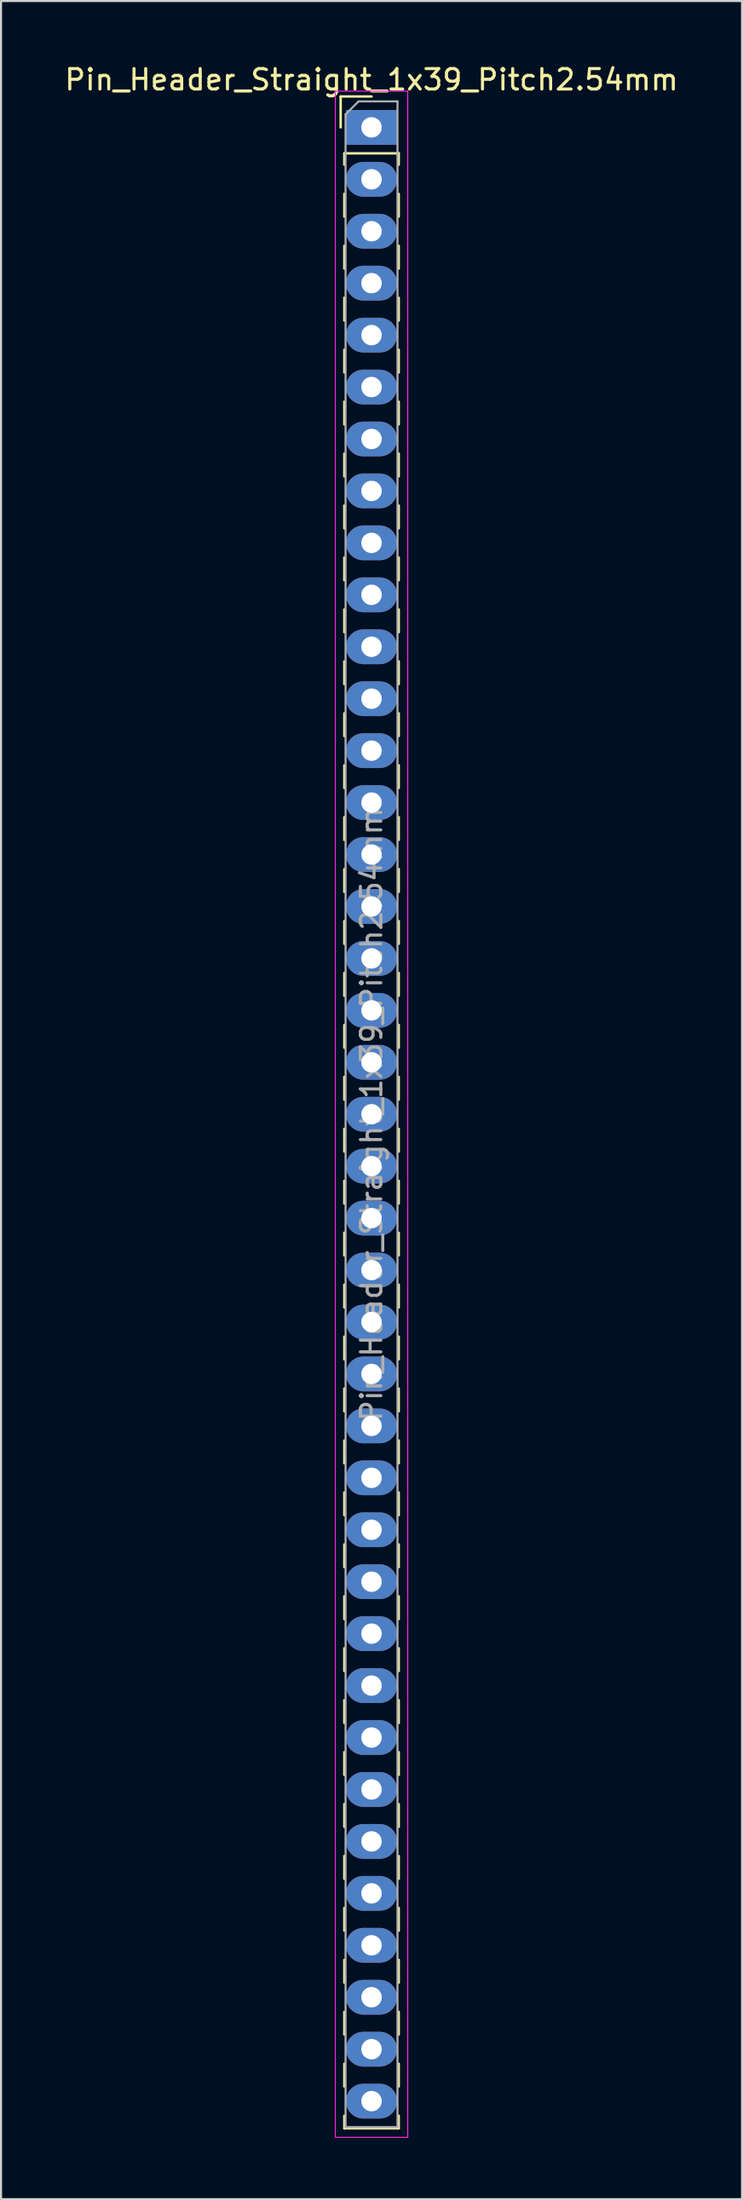
<source format=kicad_pcb>
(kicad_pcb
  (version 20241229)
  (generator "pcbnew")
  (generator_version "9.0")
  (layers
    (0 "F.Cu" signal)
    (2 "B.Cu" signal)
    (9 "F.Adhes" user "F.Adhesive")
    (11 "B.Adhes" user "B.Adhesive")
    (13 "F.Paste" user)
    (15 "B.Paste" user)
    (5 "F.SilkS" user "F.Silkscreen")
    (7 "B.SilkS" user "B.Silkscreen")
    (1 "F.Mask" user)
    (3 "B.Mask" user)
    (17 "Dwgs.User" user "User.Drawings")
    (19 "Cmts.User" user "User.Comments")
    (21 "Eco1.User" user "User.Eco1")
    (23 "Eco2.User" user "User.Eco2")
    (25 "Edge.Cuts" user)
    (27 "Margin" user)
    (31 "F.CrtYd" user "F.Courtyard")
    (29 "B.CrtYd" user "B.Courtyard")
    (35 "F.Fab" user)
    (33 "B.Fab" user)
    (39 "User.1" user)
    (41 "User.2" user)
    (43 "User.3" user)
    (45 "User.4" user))
  (footprint "Pin_Header_Straight_1x39_Pitch2.54mm"
    (layer "F.Cu")
    (at 15.125 3.178)
    (property "Reference" "Pin_Header_Straight_1x39_Pitch2.54mm" (at 0 -2.33 0) (layer "F.SilkS") (effects (font (size 1 1) (thickness 0.15))))
    (attr through_hole)
    (fp_line (start -1.51 -1.51) (end 0 -1.51) (stroke (width 0.12) (type solid)) (layer "F.SilkS"))
    (fp_line (start -1.51 0) (end -1.51 -1.51) (stroke (width 0.12) (type solid)) (layer "F.SilkS"))
    (fp_line (start -1.33 1.27) (end -1.33 1.825) (stroke (width 0.12) (type solid)) (layer "F.SilkS"))
    (fp_line (start -1.33 1.27) (end 1.33 1.27) (stroke (width 0.12) (type solid)) (layer "F.SilkS"))
    (fp_line (start -1.33 3.255) (end -1.33 4.365) (stroke (width 0.12) (type solid)) (layer "F.SilkS"))
    (fp_line (start -1.33 5.795) (end -1.33 6.905) (stroke (width 0.12) (type solid)) (layer "F.SilkS"))
    (fp_line (start -1.33 8.335) (end -1.33 9.445) (stroke (width 0.12) (type solid)) (layer "F.SilkS"))
    (fp_line (start -1.33 10.875) (end -1.33 11.985) (stroke (width 0.12) (type solid)) (layer "F.SilkS"))
    (fp_line (start -1.33 13.415) (end -1.33 14.525) (stroke (width 0.12) (type solid)) (layer "F.SilkS"))
    (fp_line (start -1.33 15.955) (end -1.33 17.065) (stroke (width 0.12) (type solid)) (layer "F.SilkS"))
    (fp_line (start -1.33 18.495) (end -1.33 19.605) (stroke (width 0.12) (type solid)) (layer "F.SilkS"))
    (fp_line (start -1.33 21.035) (end -1.33 22.145) (stroke (width 0.12) (type solid)) (layer "F.SilkS"))
    (fp_line (start -1.33 23.575) (end -1.33 24.685) (stroke (width 0.12) (type solid)) (layer "F.SilkS"))
    (fp_line (start -1.33 26.115) (end -1.33 27.225) (stroke (width 0.12) (type solid)) (layer "F.SilkS"))
    (fp_line (start -1.33 28.655) (end -1.33 29.765) (stroke (width 0.12) (type solid)) (layer "F.SilkS"))
    (fp_line (start -1.33 31.195) (end -1.33 32.305) (stroke (width 0.12) (type solid)) (layer "F.SilkS"))
    (fp_line (start -1.33 33.735) (end -1.33 34.845) (stroke (width 0.12) (type solid)) (layer "F.SilkS"))
    (fp_line (start -1.33 36.275) (end -1.33 37.385) (stroke (width 0.12) (type solid)) (layer "F.SilkS"))
    (fp_line (start -1.33 38.815) (end -1.33 39.925) (stroke (width 0.12) (type solid)) (layer "F.SilkS"))
    (fp_line (start -1.33 41.355) (end -1.33 42.465) (stroke (width 0.12) (type solid)) (layer "F.SilkS"))
    (fp_line (start -1.33 43.895) (end -1.33 45.005) (stroke (width 0.12) (type solid)) (layer "F.SilkS"))
    (fp_line (start -1.33 46.435) (end -1.33 47.545) (stroke (width 0.12) (type solid)) (layer "F.SilkS"))
    (fp_line (start -1.33 48.975) (end -1.33 50.085) (stroke (width 0.12) (type solid)) (layer "F.SilkS"))
    (fp_line (start -1.33 51.515) (end -1.33 52.625) (stroke (width 0.12) (type solid)) (layer "F.SilkS"))
    (fp_line (start -1.33 54.055) (end -1.33 55.165) (stroke (width 0.12) (type solid)) (layer "F.SilkS"))
    (fp_line (start -1.33 56.595) (end -1.33 57.705) (stroke (width 0.12) (type solid)) (layer "F.SilkS"))
    (fp_line (start -1.33 59.135) (end -1.33 60.245) (stroke (width 0.12) (type solid)) (layer "F.SilkS"))
    (fp_line (start -1.33 61.675) (end -1.33 62.785) (stroke (width 0.12) (type solid)) (layer "F.SilkS"))
    (fp_line (start -1.33 64.215) (end -1.33 65.325) (stroke (width 0.12) (type solid)) (layer "F.SilkS"))
    (fp_line (start -1.33 66.755) (end -1.33 67.865) (stroke (width 0.12) (type solid)) (layer "F.SilkS"))
    (fp_line (start -1.33 69.295) (end -1.33 70.405) (stroke (width 0.12) (type solid)) (layer "F.SilkS"))
    (fp_line (start -1.33 71.835) (end -1.33 72.945) (stroke (width 0.12) (type solid)) (layer "F.SilkS"))
    (fp_line (start -1.33 74.375) (end -1.33 75.485) (stroke (width 0.12) (type solid)) (layer "F.SilkS"))
    (fp_line (start -1.33 76.915) (end -1.33 78.025) (stroke (width 0.12) (type solid)) (layer "F.SilkS"))
    (fp_line (start -1.33 79.455) (end -1.33 80.565) (stroke (width 0.12) (type solid)) (layer "F.SilkS"))
    (fp_line (start -1.33 81.995) (end -1.33 83.105) (stroke (width 0.12) (type solid)) (layer "F.SilkS"))
    (fp_line (start -1.33 84.535) (end -1.33 85.645) (stroke (width 0.12) (type solid)) (layer "F.SilkS"))
    (fp_line (start -1.33 87.075) (end -1.33 88.185) (stroke (width 0.12) (type solid)) (layer "F.SilkS"))
    (fp_line (start -1.33 89.615) (end -1.33 90.725) (stroke (width 0.12) (type solid)) (layer "F.SilkS"))
    (fp_line (start -1.33 92.155) (end -1.33 93.265) (stroke (width 0.12) (type solid)) (layer "F.SilkS"))
    (fp_line (start -1.33 94.695) (end -1.33 95.805) (stroke (width 0.12) (type solid)) (layer "F.SilkS"))
    (fp_line (start -1.33 97.235) (end -1.33 97.85) (stroke (width 0.12) (type solid)) (layer "F.SilkS"))
    (fp_line (start -1.33 97.85) (end 1.33 97.85) (stroke (width 0.12) (type solid)) (layer "F.SilkS"))
    (fp_line (start 1.33 1.27) (end 1.33 1.825) (stroke (width 0.12) (type solid)) (layer "F.SilkS"))
    (fp_line (start 1.33 3.255) (end 1.33 4.365) (stroke (width 0.12) (type solid)) (layer "F.SilkS"))
    (fp_line (start 1.33 5.795) (end 1.33 6.905) (stroke (width 0.12) (type solid)) (layer "F.SilkS"))
    (fp_line (start 1.33 8.335) (end 1.33 9.445) (stroke (width 0.12) (type solid)) (layer "F.SilkS"))
    (fp_line (start 1.33 10.875) (end 1.33 11.985) (stroke (width 0.12) (type solid)) (layer "F.SilkS"))
    (fp_line (start 1.33 13.415) (end 1.33 14.525) (stroke (width 0.12) (type solid)) (layer "F.SilkS"))
    (fp_line (start 1.33 15.955) (end 1.33 17.065) (stroke (width 0.12) (type solid)) (layer "F.SilkS"))
    (fp_line (start 1.33 18.495) (end 1.33 19.605) (stroke (width 0.12) (type solid)) (layer "F.SilkS"))
    (fp_line (start 1.33 21.035) (end 1.33 22.145) (stroke (width 0.12) (type solid)) (layer "F.SilkS"))
    (fp_line (start 1.33 23.575) (end 1.33 24.685) (stroke (width 0.12) (type solid)) (layer "F.SilkS"))
    (fp_line (start 1.33 26.115) (end 1.33 27.225) (stroke (width 0.12) (type solid)) (layer "F.SilkS"))
    (fp_line (start 1.33 28.655) (end 1.33 29.765) (stroke (width 0.12) (type solid)) (layer "F.SilkS"))
    (fp_line (start 1.33 31.195) (end 1.33 32.305) (stroke (width 0.12) (type solid)) (layer "F.SilkS"))
    (fp_line (start 1.33 33.735) (end 1.33 34.845) (stroke (width 0.12) (type solid)) (layer "F.SilkS"))
    (fp_line (start 1.33 36.275) (end 1.33 37.385) (stroke (width 0.12) (type solid)) (layer "F.SilkS"))
    (fp_line (start 1.33 38.815) (end 1.33 39.925) (stroke (width 0.12) (type solid)) (layer "F.SilkS"))
    (fp_line (start 1.33 41.355) (end 1.33 42.465) (stroke (width 0.12) (type solid)) (layer "F.SilkS"))
    (fp_line (start 1.33 43.895) (end 1.33 45.005) (stroke (width 0.12) (type solid)) (layer "F.SilkS"))
    (fp_line (start 1.33 46.435) (end 1.33 47.545) (stroke (width 0.12) (type solid)) (layer "F.SilkS"))
    (fp_line (start 1.33 48.975) (end 1.33 50.085) (stroke (width 0.12) (type solid)) (layer "F.SilkS"))
    (fp_line (start 1.33 51.515) (end 1.33 52.625) (stroke (width 0.12) (type solid)) (layer "F.SilkS"))
    (fp_line (start 1.33 54.055) (end 1.33 55.165) (stroke (width 0.12) (type solid)) (layer "F.SilkS"))
    (fp_line (start 1.33 56.595) (end 1.33 57.705) (stroke (width 0.12) (type solid)) (layer "F.SilkS"))
    (fp_line (start 1.33 59.135) (end 1.33 60.245) (stroke (width 0.12) (type solid)) (layer "F.SilkS"))
    (fp_line (start 1.33 61.675) (end 1.33 62.785) (stroke (width 0.12) (type solid)) (layer "F.SilkS"))
    (fp_line (start 1.33 64.215) (end 1.33 65.325) (stroke (width 0.12) (type solid)) (layer "F.SilkS"))
    (fp_line (start 1.33 66.755) (end 1.33 67.865) (stroke (width 0.12) (type solid)) (layer "F.SilkS"))
    (fp_line (start 1.33 69.295) (end 1.33 70.405) (stroke (width 0.12) (type solid)) (layer "F.SilkS"))
    (fp_line (start 1.33 71.835) (end 1.33 72.945) (stroke (width 0.12) (type solid)) (layer "F.SilkS"))
    (fp_line (start 1.33 74.375) (end 1.33 75.485) (stroke (width 0.12) (type solid)) (layer "F.SilkS"))
    (fp_line (start 1.33 76.915) (end 1.33 78.025) (stroke (width 0.12) (type solid)) (layer "F.SilkS"))
    (fp_line (start 1.33 79.455) (end 1.33 80.565) (stroke (width 0.12) (type solid)) (layer "F.SilkS"))
    (fp_line (start 1.33 81.995) (end 1.33 83.105) (stroke (width 0.12) (type solid)) (layer "F.SilkS"))
    (fp_line (start 1.33 84.535) (end 1.33 85.645) (stroke (width 0.12) (type solid)) (layer "F.SilkS"))
    (fp_line (start 1.33 87.075) (end 1.33 88.185) (stroke (width 0.12) (type solid)) (layer "F.SilkS"))
    (fp_line (start 1.33 89.615) (end 1.33 90.725) (stroke (width 0.12) (type solid)) (layer "F.SilkS"))
    (fp_line (start 1.33 92.155) (end 1.33 93.265) (stroke (width 0.12) (type solid)) (layer "F.SilkS"))
    (fp_line (start 1.33 94.695) (end 1.33 95.805) (stroke (width 0.12) (type solid)) (layer "F.SilkS"))
    (fp_line (start 1.33 97.235) (end 1.33 97.85) (stroke (width 0.12) (type solid)) (layer "F.SilkS"))
    (fp_line (start -1.77 -1.77) (end -1.77 98.29) (stroke (width 0.05) (type solid)) (layer "F.CrtYd"))
    (fp_line (start -1.77 98.29) (end 1.77 98.29) (stroke (width 0.05) (type solid)) (layer "F.CrtYd"))
    (fp_line (start 1.77 -1.77) (end -1.77 -1.77) (stroke (width 0.05) (type solid)) (layer "F.CrtYd"))
    (fp_line (start 1.77 98.29) (end 1.77 -1.77) (stroke (width 0.05) (type solid)) (layer "F.CrtYd"))
    (fp_line (start -1.27 -0.635) (end -0.635 -1.27) (stroke (width 0.1) (type solid)) (layer "F.Fab"))
    (fp_line (start -1.27 97.79) (end -1.27 -0.635) (stroke (width 0.1) (type solid)) (layer "F.Fab"))
    (fp_line (start -0.635 -1.27) (end 1.27 -1.27) (stroke (width 0.1) (type solid)) (layer "F.Fab"))
    (fp_line (start 1.27 -1.27) (end 1.27 97.79) (stroke (width 0.1) (type solid)) (layer "F.Fab"))
    (fp_line (start 1.27 97.79) (end -1.27 97.79) (stroke (width 0.1) (type solid)) (layer "F.Fab"))
    (fp_text user "${REFERENCE}" (at 0 48.26 90) (layer "F.Fab") (effects (font (size 1 1) (thickness 0.15))))
    (pad "1" thru_hole rect (at 0 0) (size 2.5 1.7) (drill 1) (layers "*.Cu" "*.Mask"))
    (pad "2" thru_hole oval (at 0 2.54) (size 2.5 1.7) (drill 1) (layers "*.Cu" "*.Mask"))
    (pad "3" thru_hole oval (at 0 5.08) (size 2.5 1.7) (drill 1) (layers "*.Cu" "*.Mask"))
    (pad "4" thru_hole oval (at 0 7.62) (size 2.5 1.7) (drill 1) (layers "*.Cu" "*.Mask"))
    (pad "5" thru_hole oval (at 0 10.16) (size 2.5 1.7) (drill 1) (layers "*.Cu" "*.Mask"))
    (pad "6" thru_hole oval (at 0 12.7) (size 2.5 1.7) (drill 1) (layers "*.Cu" "*.Mask"))
    (pad "7" thru_hole oval (at 0 15.24) (size 2.5 1.7) (drill 1) (layers "*.Cu" "*.Mask"))
    (pad "8" thru_hole oval (at 0 17.78) (size 2.5 1.7) (drill 1) (layers "*.Cu" "*.Mask"))
    (pad "9" thru_hole oval (at 0 20.32) (size 2.5 1.7) (drill 1) (layers "*.Cu" "*.Mask"))
    (pad "10" thru_hole oval (at 0 22.86) (size 2.5 1.7) (drill 1) (layers "*.Cu" "*.Mask"))
    (pad "11" thru_hole oval (at 0 25.4) (size 2.5 1.7) (drill 1) (layers "*.Cu" "*.Mask"))
    (pad "12" thru_hole oval (at 0 27.94) (size 2.5 1.7) (drill 1) (layers "*.Cu" "*.Mask"))
    (pad "13" thru_hole oval (at 0 30.48) (size 2.5 1.7) (drill 1) (layers "*.Cu" "*.Mask"))
    (pad "14" thru_hole oval (at 0 33.02) (size 2.5 1.7) (drill 1) (layers "*.Cu" "*.Mask"))
    (pad "15" thru_hole oval (at 0 35.56) (size 2.5 1.7) (drill 1) (layers "*.Cu" "*.Mask"))
    (pad "16" thru_hole oval (at 0 38.1) (size 2.5 1.7) (drill 1) (layers "*.Cu" "*.Mask"))
    (pad "17" thru_hole oval (at 0 40.64) (size 2.5 1.7) (drill 1) (layers "*.Cu" "*.Mask"))
    (pad "18" thru_hole oval (at 0 43.18) (size 2.5 1.7) (drill 1) (layers "*.Cu" "*.Mask"))
    (pad "19" thru_hole oval (at 0 45.72) (size 2.5 1.7) (drill 1) (layers "*.Cu" "*.Mask"))
    (pad "20" thru_hole oval (at 0 48.26) (size 2.5 1.7) (drill 1) (layers "*.Cu" "*.Mask"))
    (pad "21" thru_hole oval (at 0 50.8) (size 2.5 1.7) (drill 1) (layers "*.Cu" "*.Mask"))
    (pad "22" thru_hole oval (at 0 53.34) (size 2.5 1.7) (drill 1) (layers "*.Cu" "*.Mask"))
    (pad "23" thru_hole oval (at 0 55.88) (size 2.5 1.7) (drill 1) (layers "*.Cu" "*.Mask"))
    (pad "24" thru_hole oval (at 0 58.42) (size 2.5 1.7) (drill 1) (layers "*.Cu" "*.Mask"))
    (pad "25" thru_hole oval (at 0 60.96) (size 2.5 1.7) (drill 1) (layers "*.Cu" "*.Mask"))
    (pad "26" thru_hole oval (at 0 63.5) (size 2.5 1.7) (drill 1) (layers "*.Cu" "*.Mask"))
    (pad "27" thru_hole oval (at 0 66.04) (size 2.5 1.7) (drill 1) (layers "*.Cu" "*.Mask"))
    (pad "28" thru_hole oval (at 0 68.58) (size 2.5 1.7) (drill 1) (layers "*.Cu" "*.Mask"))
    (pad "29" thru_hole oval (at 0 71.12) (size 2.5 1.7) (drill 1) (layers "*.Cu" "*.Mask"))
    (pad "30" thru_hole oval (at 0 73.66) (size 2.5 1.7) (drill 1) (layers "*.Cu" "*.Mask"))
    (pad "31" thru_hole oval (at 0 76.2) (size 2.5 1.7) (drill 1) (layers "*.Cu" "*.Mask"))
    (pad "32" thru_hole oval (at 0 78.74) (size 2.5 1.7) (drill 1) (layers "*.Cu" "*.Mask"))
    (pad "33" thru_hole oval (at 0 81.28) (size 2.5 1.7) (drill 1) (layers "*.Cu" "*.Mask"))
    (pad "34" thru_hole oval (at 0 83.82) (size 2.5 1.7) (drill 1) (layers "*.Cu" "*.Mask"))
    (pad "35" thru_hole oval (at 0 86.36) (size 2.5 1.7) (drill 1) (layers "*.Cu" "*.Mask"))
    (pad "36" thru_hole oval (at 0 88.9) (size 2.5 1.7) (drill 1) (layers "*.Cu" "*.Mask"))
    (pad "37" thru_hole oval (at 0 91.44) (size 2.5 1.7) (drill 1) (layers "*.Cu" "*.Mask"))
    (pad "38" thru_hole oval (at 0 93.98) (size 2.5 1.7) (drill 1) (layers "*.Cu" "*.Mask"))
    (pad "39" thru_hole oval (at 0 96.52) (size 2.5 1.7) (drill 1) (layers "*.Cu" "*.Mask")))
  (gr_rect
    (start -3 -3)
    (end 33.25 104.493)
    (stroke (width 0.1) (type default))
    (fill no)
    (layer "Edge.Cuts")))
</source>
